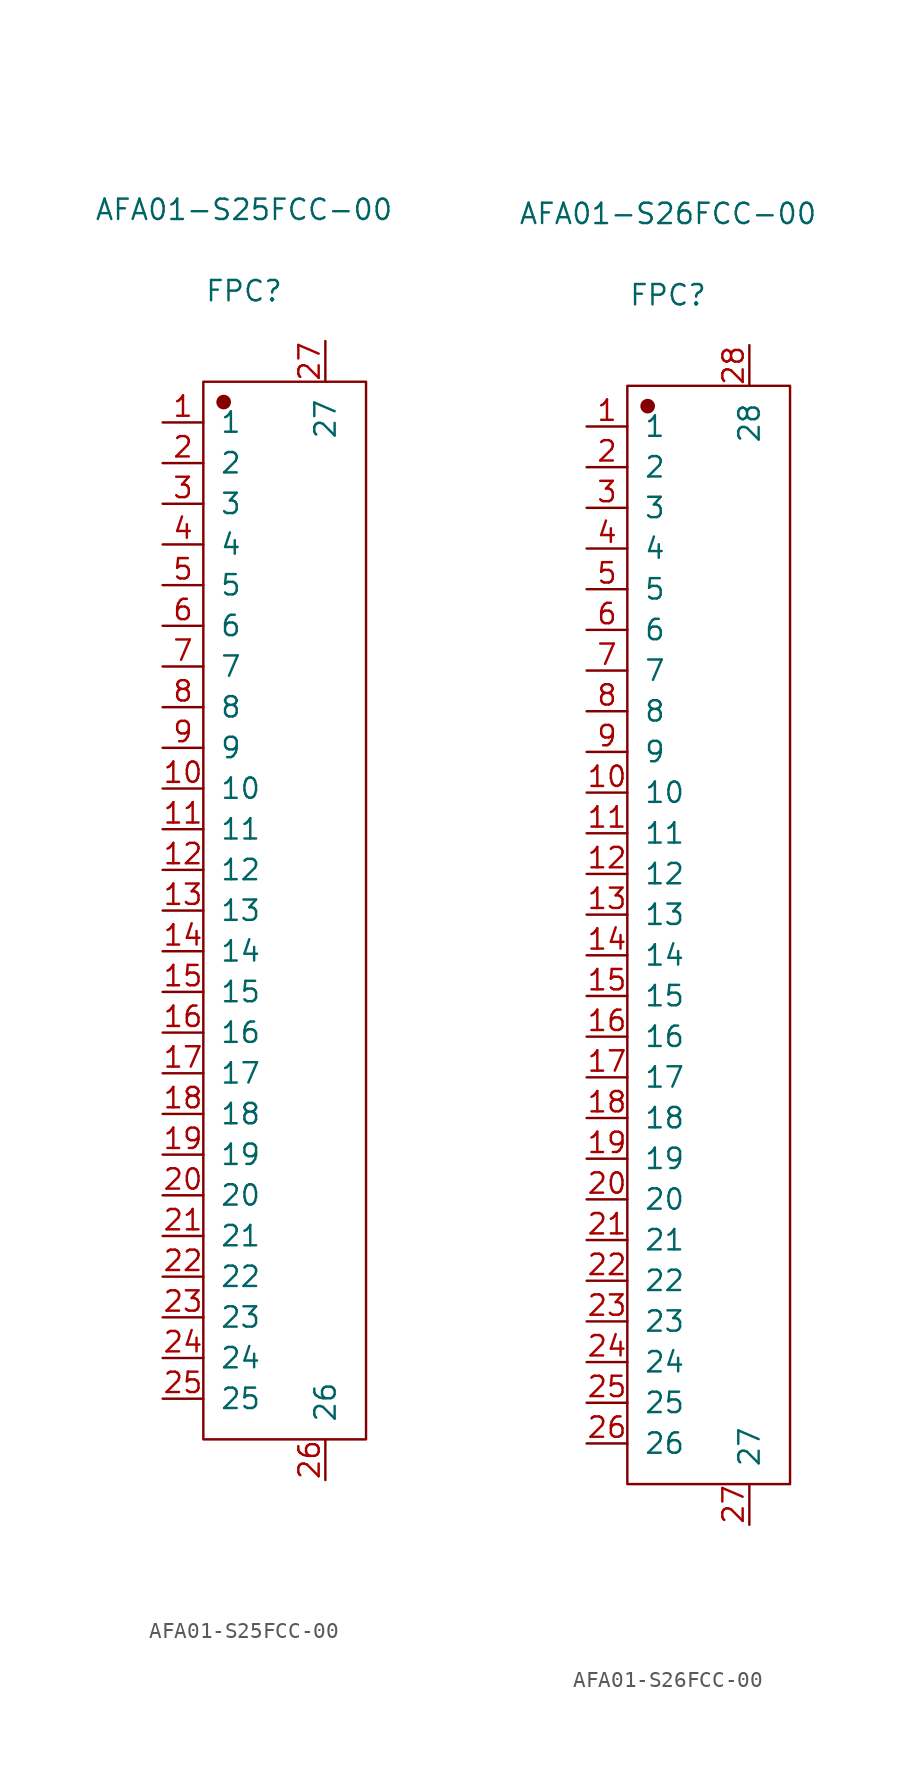
<source format=kicad_sym>
(kicad_symbol_lib
  (version 20220914)
  (generator kicad_symbol_editor)
  (symbol "AFA01-S25FCC-00"
    (pin_names
      (offset 1.016))
    (property "Reference" "FPC"
      (at 0 38.684 0)
      (effects (font (size 1.27 1.27))))
    (property "Value" "AFA01-S25FCC-00"
      (at 0 43.764 0)
      (effects (font (size 1.27 1.27))))
    (symbol "AFA01-S25FCC-00_1_1"
      (rectangle (start -2.54 33.02) (end 7.62 -33.02) (stroke (width 0.152) (type solid)) (fill (type none)))
      (circle (center -1.27 31.75) (radius 0.381) (stroke (width 0.152) (type solid)) (fill (type outline)))
      (pin input line (at -5.08 30.48 0) (length 2.54) (name "1" (effects (font (size 1.27 1.27)))) (number "1" (effects (font (size 1.27 1.27)))))
      (pin input line (at -5.08 7.62 0) (length 2.54) (name "10" (effects (font (size 1.27 1.27)))) (number "10" (effects (font (size 1.27 1.27)))))
      (pin input line (at -5.08 5.08 0) (length 2.54) (name "11" (effects (font (size 1.27 1.27)))) (number "11" (effects (font (size 1.27 1.27)))))
      (pin input line (at -5.08 2.54 0) (length 2.54) (name "12" (effects (font (size 1.27 1.27)))) (number "12" (effects (font (size 1.27 1.27)))))
      (pin input line (at -5.08 0 0) (length 2.54) (name "13" (effects (font (size 1.27 1.27)))) (number "13" (effects (font (size 1.27 1.27)))))
      (pin input line (at -5.08 -2.54 0) (length 2.54) (name "14" (effects (font (size 1.27 1.27)))) (number "14" (effects (font (size 1.27 1.27)))))
      (pin input line (at -5.08 -5.08 0) (length 2.54) (name "15" (effects (font (size 1.27 1.27)))) (number "15" (effects (font (size 1.27 1.27)))))
      (pin input line (at -5.08 -7.62 0) (length 2.54) (name "16" (effects (font (size 1.27 1.27)))) (number "16" (effects (font (size 1.27 1.27)))))
      (pin input line (at -5.08 -10.16 0) (length 2.54) (name "17" (effects (font (size 1.27 1.27)))) (number "17" (effects (font (size 1.27 1.27)))))
      (pin input line (at -5.08 -12.7 0) (length 2.54) (name "18" (effects (font (size 1.27 1.27)))) (number "18" (effects (font (size 1.27 1.27)))))
      (pin input line (at -5.08 -15.24 0) (length 2.54) (name "19" (effects (font (size 1.27 1.27)))) (number "19" (effects (font (size 1.27 1.27)))))
      (pin input line (at -5.08 27.94 0) (length 2.54) (name "2" (effects (font (size 1.27 1.27)))) (number "2" (effects (font (size 1.27 1.27)))))
      (pin input line (at -5.08 -17.78 0) (length 2.54) (name "20" (effects (font (size 1.27 1.27)))) (number "20" (effects (font (size 1.27 1.27)))))
      (pin input line (at -5.08 -20.32 0) (length 2.54) (name "21" (effects (font (size 1.27 1.27)))) (number "21" (effects (font (size 1.27 1.27)))))
      (pin input line (at -5.08 -22.86 0) (length 2.54) (name "22" (effects (font (size 1.27 1.27)))) (number "22" (effects (font (size 1.27 1.27)))))
      (pin input line (at -5.08 -25.4 0) (length 2.54) (name "23" (effects (font (size 1.27 1.27)))) (number "23" (effects (font (size 1.27 1.27)))))
      (pin input line (at -5.08 -27.94 0) (length 2.54) (name "24" (effects (font (size 1.27 1.27)))) (number "24" (effects (font (size 1.27 1.27)))))
      (pin input line (at -5.08 -30.48 0) (length 2.54) (name "25" (effects (font (size 1.27 1.27)))) (number "25" (effects (font (size 1.27 1.27)))))
      (pin input line (at 5.08 -35.56 90) (length 2.54) (name "26" (effects (font (size 1.27 1.27)))) (number "26" (effects (font (size 1.27 1.27)))))
      (pin input line (at 5.08 35.56 270) (length 2.54) (name "27" (effects (font (size 1.27 1.27)))) (number "27" (effects (font (size 1.27 1.27)))))
      (pin input line (at -5.08 25.4 0) (length 2.54) (name "3" (effects (font (size 1.27 1.27)))) (number "3" (effects (font (size 1.27 1.27)))))
      (pin input line (at -5.08 22.86 0) (length 2.54) (name "4" (effects (font (size 1.27 1.27)))) (number "4" (effects (font (size 1.27 1.27)))))
      (pin input line (at -5.08 20.32 0) (length 2.54) (name "5" (effects (font (size 1.27 1.27)))) (number "5" (effects (font (size 1.27 1.27)))))
      (pin input line (at -5.08 17.78 0) (length 2.54) (name "6" (effects (font (size 1.27 1.27)))) (number "6" (effects (font (size 1.27 1.27)))))
      (pin input line (at -5.08 15.24 0) (length 2.54) (name "7" (effects (font (size 1.27 1.27)))) (number "7" (effects (font (size 1.27 1.27)))))
      (pin input line (at -5.08 12.7 0) (length 2.54) (name "8" (effects (font (size 1.27 1.27)))) (number "8" (effects (font (size 1.27 1.27)))))
      (pin input line (at -5.08 10.16 0) (length 2.54) (name "9" (effects (font (size 1.27 1.27)))) (number "9" (effects (font (size 1.27 1.27)))))))
  (symbol "AFA01-S26FCC-00"
    (pin_names
      (offset 1.016))
    (property "Reference" "FPC"
      (at 0 41.224 0)
      (effects (font (size 1.27 1.27))))
    (property "Value" "AFA01-S26FCC-00"
      (at 0 46.304 0)
      (effects (font (size 1.27 1.27))))
    (symbol "AFA01-S26FCC-00_1_1"
      (rectangle (start -2.54 35.56) (end 7.62 -33.02) (stroke (width 0.152) (type solid)) (fill (type none)))
      (circle (center -1.27 34.29) (radius 0.381) (stroke (width 0.152) (type solid)) (fill (type outline)))
      (pin input line (at -5.08 33.02 0) (length 2.54) (name "1" (effects (font (size 1.27 1.27)))) (number "1" (effects (font (size 1.27 1.27)))))
      (pin input line (at -5.08 10.16 0) (length 2.54) (name "10" (effects (font (size 1.27 1.27)))) (number "10" (effects (font (size 1.27 1.27)))))
      (pin input line (at -5.08 7.62 0) (length 2.54) (name "11" (effects (font (size 1.27 1.27)))) (number "11" (effects (font (size 1.27 1.27)))))
      (pin input line (at -5.08 5.08 0) (length 2.54) (name "12" (effects (font (size 1.27 1.27)))) (number "12" (effects (font (size 1.27 1.27)))))
      (pin input line (at -5.08 2.54 0) (length 2.54) (name "13" (effects (font (size 1.27 1.27)))) (number "13" (effects (font (size 1.27 1.27)))))
      (pin input line (at -5.08 0 0) (length 2.54) (name "14" (effects (font (size 1.27 1.27)))) (number "14" (effects (font (size 1.27 1.27)))))
      (pin input line (at -5.08 -2.54 0) (length 2.54) (name "15" (effects (font (size 1.27 1.27)))) (number "15" (effects (font (size 1.27 1.27)))))
      (pin input line (at -5.08 -5.08 0) (length 2.54) (name "16" (effects (font (size 1.27 1.27)))) (number "16" (effects (font (size 1.27 1.27)))))
      (pin input line (at -5.08 -7.62 0) (length 2.54) (name "17" (effects (font (size 1.27 1.27)))) (number "17" (effects (font (size 1.27 1.27)))))
      (pin input line (at -5.08 -10.16 0) (length 2.54) (name "18" (effects (font (size 1.27 1.27)))) (number "18" (effects (font (size 1.27 1.27)))))
      (pin input line (at -5.08 -12.7 0) (length 2.54) (name "19" (effects (font (size 1.27 1.27)))) (number "19" (effects (font (size 1.27 1.27)))))
      (pin input line (at -5.08 30.48 0) (length 2.54) (name "2" (effects (font (size 1.27 1.27)))) (number "2" (effects (font (size 1.27 1.27)))))
      (pin input line (at -5.08 -15.24 0) (length 2.54) (name "20" (effects (font (size 1.27 1.27)))) (number "20" (effects (font (size 1.27 1.27)))))
      (pin input line (at -5.08 -17.78 0) (length 2.54) (name "21" (effects (font (size 1.27 1.27)))) (number "21" (effects (font (size 1.27 1.27)))))
      (pin input line (at -5.08 -20.32 0) (length 2.54) (name "22" (effects (font (size 1.27 1.27)))) (number "22" (effects (font (size 1.27 1.27)))))
      (pin input line (at -5.08 -22.86 0) (length 2.54) (name "23" (effects (font (size 1.27 1.27)))) (number "23" (effects (font (size 1.27 1.27)))))
      (pin input line (at -5.08 -25.4 0) (length 2.54) (name "24" (effects (font (size 1.27 1.27)))) (number "24" (effects (font (size 1.27 1.27)))))
      (pin input line (at -5.08 -27.94 0) (length 2.54) (name "25" (effects (font (size 1.27 1.27)))) (number "25" (effects (font (size 1.27 1.27)))))
      (pin input line (at -5.08 -30.48 0) (length 2.54) (name "26" (effects (font (size 1.27 1.27)))) (number "26" (effects (font (size 1.27 1.27)))))
      (pin input line (at 5.08 -35.56 90) (length 2.54) (name "27" (effects (font (size 1.27 1.27)))) (number "27" (effects (font (size 1.27 1.27)))))
      (pin input line (at 5.08 38.1 270) (length 2.54) (name "28" (effects (font (size 1.27 1.27)))) (number "28" (effects (font (size 1.27 1.27)))))
      (pin input line (at -5.08 27.94 0) (length 2.54) (name "3" (effects (font (size 1.27 1.27)))) (number "3" (effects (font (size 1.27 1.27)))))
      (pin input line (at -5.08 25.4 0) (length 2.54) (name "4" (effects (font (size 1.27 1.27)))) (number "4" (effects (font (size 1.27 1.27)))))
      (pin input line (at -5.08 22.86 0) (length 2.54) (name "5" (effects (font (size 1.27 1.27)))) (number "5" (effects (font (size 1.27 1.27)))))
      (pin input line (at -5.08 20.32 0) (length 2.54) (name "6" (effects (font (size 1.27 1.27)))) (number "6" (effects (font (size 1.27 1.27)))))
      (pin input line (at -5.08 17.78 0) (length 2.54) (name "7" (effects (font (size 1.27 1.27)))) (number "7" (effects (font (size 1.27 1.27)))))
      (pin input line (at -5.08 15.24 0) (length 2.54) (name "8" (effects (font (size 1.27 1.27)))) (number "8" (effects (font (size 1.27 1.27)))))
      (pin input line (at -5.08 12.7 0) (length 2.54) (name "9" (effects (font (size 1.27 1.27)))) (number "9" (effects (font (size 1.27 1.27))))))))
</source>
